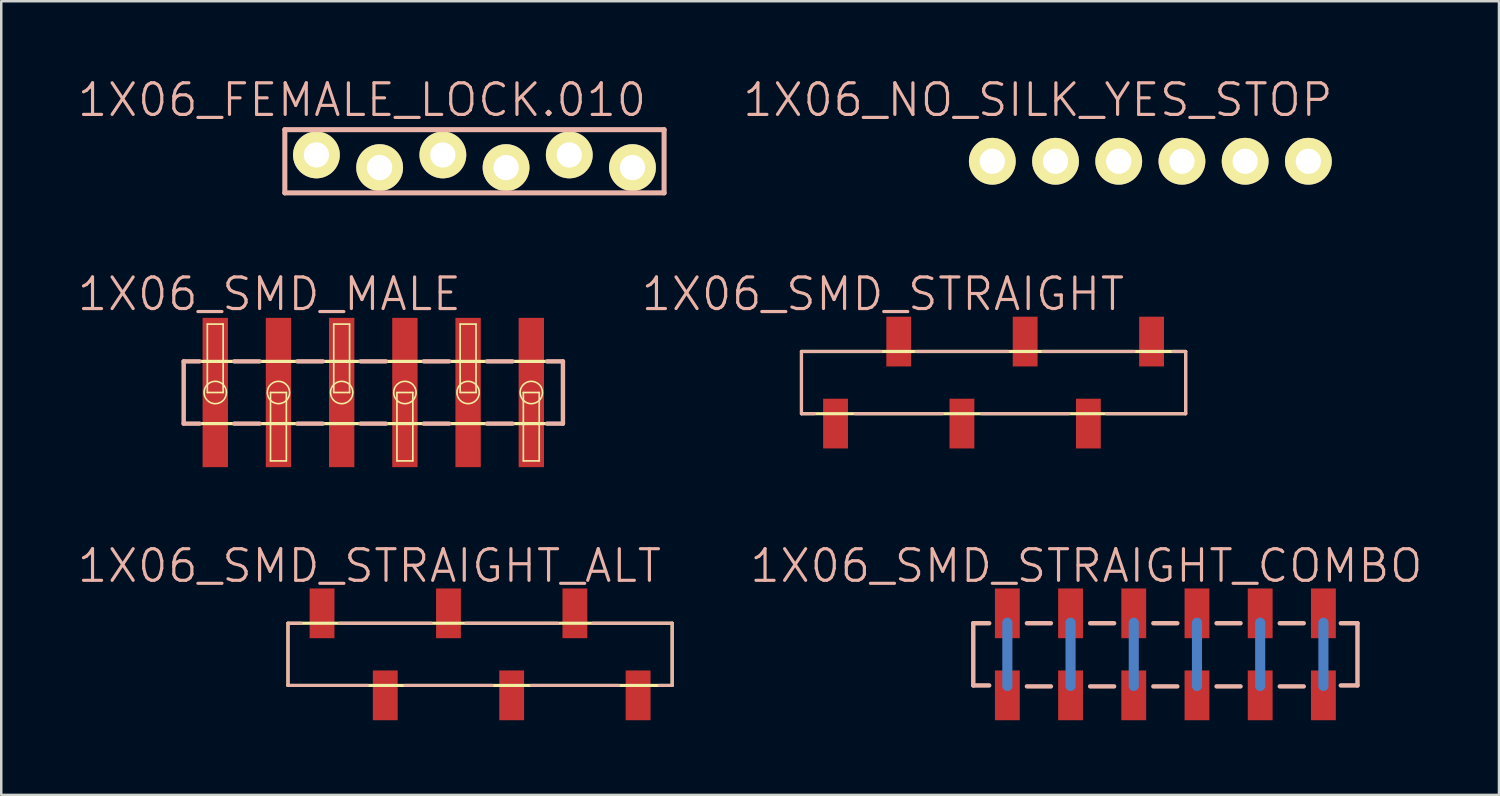
<source format=kicad_pcb>
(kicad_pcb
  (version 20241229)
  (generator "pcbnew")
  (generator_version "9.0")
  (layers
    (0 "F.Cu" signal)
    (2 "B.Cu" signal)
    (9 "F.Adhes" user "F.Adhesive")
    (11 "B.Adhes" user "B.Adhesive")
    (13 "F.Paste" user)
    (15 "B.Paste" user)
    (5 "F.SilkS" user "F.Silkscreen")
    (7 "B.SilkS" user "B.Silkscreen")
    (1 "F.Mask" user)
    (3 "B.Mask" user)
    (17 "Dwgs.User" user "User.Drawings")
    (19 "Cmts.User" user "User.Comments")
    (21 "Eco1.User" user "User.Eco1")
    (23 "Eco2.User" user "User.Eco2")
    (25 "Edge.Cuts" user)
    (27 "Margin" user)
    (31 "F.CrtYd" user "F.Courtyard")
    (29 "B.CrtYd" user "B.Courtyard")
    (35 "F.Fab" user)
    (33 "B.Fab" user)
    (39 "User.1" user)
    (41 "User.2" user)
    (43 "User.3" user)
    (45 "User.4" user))
  (footprint "1X06_SMD_MALE"
    (layer "F.Cu")
    (at 5.6 12.722)
    (property "Reference" "1X06_SMD_MALE" (at 2.174 -3.955 0) (layer "B.SilkS") (effects (font (size 1.27 1.27) (thickness 0.127))))
    (attr smd)
    (fp_line (start -1.27 -1.25) (end -1.27 1.25) (stroke (width 0.127) (type solid)) (layer "F.SilkS"))
    (fp_line (start -1.27 1.25) (end 13.97 1.25) (stroke (width 0.127) (type solid)) (layer "F.SilkS"))
    (fp_line (start -0.318 -2.748) (end 0.318 -2.748) (stroke (width 0.066) (type solid)) (layer "F.SilkS"))
    (fp_line (start -0.318 0) (end -0.318 -2.748) (stroke (width 0.066) (type solid)) (layer "F.SilkS"))
    (fp_line (start -0.318 0) (end 0.318 0) (stroke (width 0.066) (type solid)) (layer "F.SilkS"))
    (fp_line (start 0.318 0) (end 0.318 -2.748) (stroke (width 0.066) (type solid)) (layer "F.SilkS"))
    (fp_line (start 2.22 0) (end 2.857 0) (stroke (width 0.066) (type solid)) (layer "F.SilkS"))
    (fp_line (start 2.22 2.748) (end 2.22 0) (stroke (width 0.066) (type solid)) (layer "F.SilkS"))
    (fp_line (start 2.22 2.748) (end 2.857 2.748) (stroke (width 0.066) (type solid)) (layer "F.SilkS"))
    (fp_line (start 2.857 2.748) (end 2.857 0) (stroke (width 0.066) (type solid)) (layer "F.SilkS"))
    (fp_line (start 4.76 -2.748) (end 5.397 -2.748) (stroke (width 0.066) (type solid)) (layer "F.SilkS"))
    (fp_line (start 4.76 0) (end 4.76 -2.748) (stroke (width 0.066) (type solid)) (layer "F.SilkS"))
    (fp_line (start 4.76 0) (end 5.397 0) (stroke (width 0.066) (type solid)) (layer "F.SilkS"))
    (fp_line (start 5.397 0) (end 5.397 -2.748) (stroke (width 0.066) (type solid)) (layer "F.SilkS"))
    (fp_line (start 7.3 0) (end 7.938 0) (stroke (width 0.066) (type solid)) (layer "F.SilkS"))
    (fp_line (start 7.3 2.748) (end 7.3 0) (stroke (width 0.066) (type solid)) (layer "F.SilkS"))
    (fp_line (start 7.3 2.748) (end 7.938 2.748) (stroke (width 0.066) (type solid)) (layer "F.SilkS"))
    (fp_line (start 7.938 2.748) (end 7.938 0) (stroke (width 0.066) (type solid)) (layer "F.SilkS"))
    (fp_line (start 9.84 -2.748) (end 10.477 -2.748) (stroke (width 0.066) (type solid)) (layer "F.SilkS"))
    (fp_line (start 9.84 0) (end 9.84 -2.748) (stroke (width 0.066) (type solid)) (layer "F.SilkS"))
    (fp_line (start 9.84 0) (end 10.477 0) (stroke (width 0.066) (type solid)) (layer "F.SilkS"))
    (fp_line (start 10.477 0) (end 10.477 -2.748) (stroke (width 0.066) (type solid)) (layer "F.SilkS"))
    (fp_line (start 12.38 0) (end 13.018 0) (stroke (width 0.066) (type solid)) (layer "F.SilkS"))
    (fp_line (start 12.38 2.748) (end 12.38 0) (stroke (width 0.066) (type solid)) (layer "F.SilkS"))
    (fp_line (start 12.38 2.748) (end 13.018 2.748) (stroke (width 0.066) (type solid)) (layer "F.SilkS"))
    (fp_line (start 13.018 2.748) (end 13.018 0) (stroke (width 0.066) (type solid)) (layer "F.SilkS"))
    (fp_line (start 13.97 -1.25) (end -1.27 -1.25) (stroke (width 0.127) (type solid)) (layer "F.SilkS"))
    (fp_line (start 13.97 1.25) (end 13.97 -1.25) (stroke (width 0.127) (type solid)) (layer "F.SilkS"))
    (fp_circle (center 0 0) (end -0.318 0.318) (stroke (width 0.064) (type solid)) (fill no) (layer "F.SilkS"))
    (fp_circle (center 2.54 0) (end 2.857 0.318) (stroke (width 0.064) (type solid)) (fill no) (layer "F.SilkS"))
    (fp_circle (center 5.08 0) (end 5.397 0.318) (stroke (width 0.064) (type solid)) (fill no) (layer "F.SilkS"))
    (fp_circle (center 7.62 0) (end 7.938 0.318) (stroke (width 0.064) (type solid)) (fill no) (layer "F.SilkS"))
    (fp_circle (center 10.16 0) (end 10.477 0.318) (stroke (width 0.064) (type solid)) (fill no) (layer "F.SilkS"))
    (fp_circle (center 12.7 0) (end 13.018 0.318) (stroke (width 0.064) (type solid)) (fill no) (layer "F.SilkS"))
    (fp_line (start -1.27 -1.25) (end -1.27 1.25) (stroke (width 0.178) (type solid)) (layer "B.SilkS"))
    (fp_line (start -1.27 -1.25) (end -0.635 -1.25) (stroke (width 0.178) (type solid)) (layer "B.SilkS"))
    (fp_line (start -1.27 1.25) (end -0.635 1.25) (stroke (width 0.178) (type solid)) (layer "B.SilkS"))
    (fp_line (start 0.762 -1.25) (end 1.778 -1.25) (stroke (width 0.178) (type solid)) (layer "B.SilkS"))
    (fp_line (start 1.778 1.25) (end 0.762 1.25) (stroke (width 0.178) (type solid)) (layer "B.SilkS"))
    (fp_line (start 3.302 -1.25) (end 4.318 -1.25) (stroke (width 0.178) (type solid)) (layer "B.SilkS"))
    (fp_line (start 4.318 1.25) (end 3.302 1.25) (stroke (width 0.178) (type solid)) (layer "B.SilkS"))
    (fp_line (start 5.842 -1.25) (end 6.858 -1.25) (stroke (width 0.178) (type solid)) (layer "B.SilkS"))
    (fp_line (start 6.858 1.25) (end 5.842 1.25) (stroke (width 0.178) (type solid)) (layer "B.SilkS"))
    (fp_line (start 8.382 -1.25) (end 9.398 -1.25) (stroke (width 0.178) (type solid)) (layer "B.SilkS"))
    (fp_line (start 9.398 1.25) (end 8.382 1.25) (stroke (width 0.178) (type solid)) (layer "B.SilkS"))
    (fp_line (start 10.922 -1.25) (end 11.938 -1.25) (stroke (width 0.178) (type solid)) (layer "B.SilkS"))
    (fp_line (start 11.938 1.25) (end 10.922 1.25) (stroke (width 0.178) (type solid)) (layer "B.SilkS"))
    (fp_line (start 13.97 -1.25) (end 13.335 -1.25) (stroke (width 0.178) (type solid)) (layer "B.SilkS"))
    (fp_line (start 13.97 1.25) (end 13.335 1.25) (stroke (width 0.178) (type solid)) (layer "B.SilkS"))
    (fp_line (start 13.97 1.25) (end 13.97 -1.25) (stroke (width 0.178) (type solid)) (layer "B.SilkS"))
    (pad "1" smd rect (at 0 0) (size 1.019 5.999) (layers "F.Cu" "F.Mask" "F.Paste"))
    (pad "2" smd rect (at 2.54 0) (size 1.019 5.999) (layers "F.Cu" "F.Mask" "F.Paste"))
    (pad "3" smd rect (at 5.08 0) (size 1.019 5.999) (layers "F.Cu" "F.Mask" "F.Paste"))
    (pad "4" smd rect (at 7.62 0) (size 1.019 5.999) (layers "F.Cu" "F.Mask" "F.Paste"))
    (pad "5" smd rect (at 10.16 0) (size 1.019 5.999) (layers "F.Cu" "F.Mask" "F.Paste"))
    (pad "6" smd rect (at 12.7 0) (size 1.019 5.999) (layers "F.Cu" "F.Mask" "F.Paste")))
  (footprint "1X06_NO_SILK_YES_STOP"
    (layer "F.Cu")
    (at 36.824 3.43)
    (property "Reference" "1X06_NO_SILK_YES_STOP" (at 1.829 -2.464 0) (layer "B.SilkS") (effects (font (size 1.27 1.27) (thickness 0.127))))
    (attr exclude_from_pos_files exclude_from_bom)
    (fp_line (start -0.254 -0.254) (end 0.254 -0.254) (stroke (width 0.066) (type solid)) (layer "F.SilkS"))
    (fp_line (start -0.254 0.254) (end -0.254 -0.254) (stroke (width 0.066) (type solid)) (layer "F.SilkS"))
    (fp_line (start -0.254 0.254) (end 0.254 0.254) (stroke (width 0.066) (type solid)) (layer "F.SilkS"))
    (fp_line (start 0.254 0.254) (end 0.254 -0.254) (stroke (width 0.066) (type solid)) (layer "F.SilkS"))
    (fp_line (start 2.286 -0.254) (end 2.794 -0.254) (stroke (width 0.066) (type solid)) (layer "F.SilkS"))
    (fp_line (start 2.286 0.254) (end 2.286 -0.254) (stroke (width 0.066) (type solid)) (layer "F.SilkS"))
    (fp_line (start 2.286 0.254) (end 2.794 0.254) (stroke (width 0.066) (type solid)) (layer "F.SilkS"))
    (fp_line (start 2.794 0.254) (end 2.794 -0.254) (stroke (width 0.066) (type solid)) (layer "F.SilkS"))
    (fp_line (start 4.826 -0.254) (end 5.334 -0.254) (stroke (width 0.066) (type solid)) (layer "F.SilkS"))
    (fp_line (start 4.826 0.254) (end 4.826 -0.254) (stroke (width 0.066) (type solid)) (layer "F.SilkS"))
    (fp_line (start 4.826 0.254) (end 5.334 0.254) (stroke (width 0.066) (type solid)) (layer "F.SilkS"))
    (fp_line (start 5.334 0.254) (end 5.334 -0.254) (stroke (width 0.066) (type solid)) (layer "F.SilkS"))
    (fp_line (start 7.366 -0.254) (end 7.874 -0.254) (stroke (width 0.066) (type solid)) (layer "F.SilkS"))
    (fp_line (start 7.366 0.254) (end 7.366 -0.254) (stroke (width 0.066) (type solid)) (layer "F.SilkS"))
    (fp_line (start 7.366 0.254) (end 7.874 0.254) (stroke (width 0.066) (type solid)) (layer "F.SilkS"))
    (fp_line (start 7.874 0.254) (end 7.874 -0.254) (stroke (width 0.066) (type solid)) (layer "F.SilkS"))
    (fp_line (start 9.906 -0.254) (end 10.414 -0.254) (stroke (width 0.066) (type solid)) (layer "F.SilkS"))
    (fp_line (start 9.906 0.254) (end 9.906 -0.254) (stroke (width 0.066) (type solid)) (layer "F.SilkS"))
    (fp_line (start 9.906 0.254) (end 10.414 0.254) (stroke (width 0.066) (type solid)) (layer "F.SilkS"))
    (fp_line (start 10.414 0.254) (end 10.414 -0.254) (stroke (width 0.066) (type solid)) (layer "F.SilkS"))
    (fp_line (start 12.446 -0.254) (end 12.954 -0.254) (stroke (width 0.066) (type solid)) (layer "F.SilkS"))
    (fp_line (start 12.446 0.254) (end 12.446 -0.254) (stroke (width 0.066) (type solid)) (layer "F.SilkS"))
    (fp_line (start 12.446 0.254) (end 12.954 0.254) (stroke (width 0.066) (type solid)) (layer "F.SilkS"))
    (fp_line (start 12.954 0.254) (end 12.954 -0.254) (stroke (width 0.066) (type solid)) (layer "F.SilkS"))
    (pad "1" thru_hole circle (at 0 0) (size 1.88 1.88) (drill 1.016) (layers "*.Cu" "F.Mask" "F.SilkS" "F.Paste"))
    (pad "2" thru_hole circle (at 2.54 0) (size 1.88 1.88) (drill 1.016) (layers "*.Cu" "F.Mask" "F.SilkS" "F.Paste"))
    (pad "3" thru_hole circle (at 5.08 0) (size 1.88 1.88) (drill 1.016) (layers "*.Cu" "F.Mask" "F.SilkS" "F.Paste"))
    (pad "4" thru_hole circle (at 7.62 0) (size 1.88 1.88) (drill 1.016) (layers "*.Cu" "F.Mask" "F.SilkS" "F.Paste"))
    (pad "5" thru_hole circle (at 10.16 0) (size 1.88 1.88) (drill 1.016) (layers "*.Cu" "F.Mask" "F.SilkS" "F.Paste"))
    (pad "6" thru_hole circle (at 12.7 0) (size 1.88 1.88) (drill 1.016) (layers "*.Cu" "F.Mask" "F.SilkS" "F.Paste")))
  (footprint "1X06_SMD_STRAIGHT_COMBO"
    (layer "F.Cu")
    (at 37.428 23.243)
    (property "Reference" "1X06_SMD_STRAIGHT_COMBO" (at 3.175 -3.556 0) (layer "B.SilkS") (effects (font (size 1.27 1.27) (thickness 0.127))))
    (attr smd)
    (fp_line (start 0 -1.27) (end 0 1.27) (stroke (width 0.406) (type solid)) (layer "B.Cu"))
    (fp_line (start 2.54 -1.27) (end 2.54 1.27) (stroke (width 0.406) (type solid)) (layer "B.Cu"))
    (fp_line (start 5.08 -1.27) (end 5.08 1.27) (stroke (width 0.406) (type solid)) (layer "B.Cu"))
    (fp_line (start 7.62 -1.27) (end 7.62 1.27) (stroke (width 0.406) (type solid)) (layer "B.Cu"))
    (fp_line (start 10.16 -1.27) (end 10.16 1.27) (stroke (width 0.406) (type solid)) (layer "B.Cu"))
    (fp_line (start 12.7 -1.27) (end 12.7 1.27) (stroke (width 0.406) (type solid)) (layer "B.Cu"))
    (fp_line (start -1.369 -1.25) (end -0.729 -1.25) (stroke (width 0.178) (type solid)) (layer "B.SilkS"))
    (fp_line (start -1.369 1.25) (end -1.369 -1.25) (stroke (width 0.178) (type solid)) (layer "B.SilkS"))
    (fp_line (start -0.729 1.25) (end -1.369 1.25) (stroke (width 0.178) (type solid)) (layer "B.SilkS"))
    (fp_line (start 0.787 -1.25) (end 1.75 -1.25) (stroke (width 0.178) (type solid)) (layer "B.SilkS"))
    (fp_line (start 0.787 1.288) (end 1.75 1.288) (stroke (width 0.178) (type solid)) (layer "B.SilkS"))
    (fp_line (start 3.327 -1.25) (end 4.29 -1.25) (stroke (width 0.178) (type solid)) (layer "B.SilkS"))
    (fp_line (start 3.327 1.288) (end 4.29 1.288) (stroke (width 0.178) (type solid)) (layer "B.SilkS"))
    (fp_line (start 5.867 -1.25) (end 6.83 -1.25) (stroke (width 0.178) (type solid)) (layer "B.SilkS"))
    (fp_line (start 5.867 1.288) (end 6.83 1.288) (stroke (width 0.178) (type solid)) (layer "B.SilkS"))
    (fp_line (start 8.407 -1.25) (end 9.37 -1.25) (stroke (width 0.178) (type solid)) (layer "B.SilkS"))
    (fp_line (start 8.407 1.288) (end 9.37 1.288) (stroke (width 0.178) (type solid)) (layer "B.SilkS"))
    (fp_line (start 10.947 -1.25) (end 11.91 -1.25) (stroke (width 0.178) (type solid)) (layer "B.SilkS"))
    (fp_line (start 10.947 1.288) (end 11.91 1.288) (stroke (width 0.178) (type solid)) (layer "B.SilkS"))
    (fp_line (start 13.399 -1.25) (end 14.069 -1.25) (stroke (width 0.178) (type solid)) (layer "B.SilkS"))
    (fp_line (start 14.069 -1.25) (end 14.069 1.25) (stroke (width 0.178) (type solid)) (layer "B.SilkS"))
    (fp_line (start 14.069 1.25) (end 13.399 1.25) (stroke (width 0.178) (type solid)) (layer "B.SilkS"))
    (pad "1" smd rect (at 0 1.648 270) (size 1.999 0.998) (layers "F.Cu" "F.Mask" "F.Paste"))
    (pad "1-2" smd rect (at 0 -1.648 90) (size 1.999 0.998) (layers "F.Cu" "F.Mask" "F.Paste"))
    (pad "2" smd rect (at 2.54 -1.648 270) (size 1.999 0.998) (layers "F.Cu" "F.Mask" "F.Paste"))
    (pad "2-2" smd rect (at 2.54 1.648 90) (size 1.999 0.998) (layers "F.Cu" "F.Mask" "F.Paste"))
    (pad "3" smd rect (at 5.08 1.648 270) (size 1.999 0.998) (layers "F.Cu" "F.Mask" "F.Paste"))
    (pad "3-2" smd rect (at 5.08 -1.648 90) (size 1.999 0.998) (layers "F.Cu" "F.Mask" "F.Paste"))
    (pad "4" smd rect (at 7.62 -1.648 270) (size 1.999 0.998) (layers "F.Cu" "F.Mask" "F.Paste"))
    (pad "4-2" smd rect (at 7.62 1.648 90) (size 1.999 0.998) (layers "F.Cu" "F.Mask" "F.Paste"))
    (pad "5" smd rect (at 10.16 1.648 270) (size 1.999 0.998) (layers "F.Cu" "F.Mask" "F.Paste"))
    (pad "5-2" smd rect (at 10.16 -1.648 90) (size 1.999 0.998) (layers "F.Cu" "F.Mask" "F.Paste"))
    (pad "6" smd rect (at 12.7 -1.648 270) (size 1.999 0.998) (layers "F.Cu" "F.Mask" "F.Paste"))
    (pad "6-2" smd rect (at 12.7 1.648 90) (size 1.999 0.998) (layers "F.Cu" "F.Mask" "F.Paste")))
  (footprint "1X06_SMD_STRAIGHT"
    (layer "F.Cu")
    (at 43.224 12.323)
    (property "Reference" "1X06_SMD_STRAIGHT" (at -10.795 -3.556 0) (layer "B.SilkS") (effects (font (size 1.27 1.27) (thickness 0.127))))
    (attr smd)
    (fp_line (start -14.069 -1.25) (end -14.069 1.25) (stroke (width 0.127) (type solid)) (layer "F.SilkS"))
    (fp_line (start -14.069 1.25) (end 1.369 1.25) (stroke (width 0.127) (type solid)) (layer "F.SilkS"))
    (fp_line (start 1.369 -1.25) (end -14.069 -1.25) (stroke (width 0.127) (type solid)) (layer "F.SilkS"))
    (fp_line (start 1.369 1.25) (end 1.369 -1.25) (stroke (width 0.127) (type solid)) (layer "F.SilkS"))
    (fp_line (start -14.069 -1.25) (end -10.881 -1.25) (stroke (width 0.127) (type solid)) (layer "B.SilkS"))
    (fp_line (start -14.069 1.25) (end -14.069 -1.25) (stroke (width 0.127) (type solid)) (layer "B.SilkS"))
    (fp_line (start -13.548 1.25) (end -14.069 1.25) (stroke (width 0.127) (type solid)) (layer "B.SilkS"))
    (fp_line (start -9.456 -1.25) (end -5.781 -1.25) (stroke (width 0.127) (type solid)) (layer "B.SilkS"))
    (fp_line (start -8.407 1.25) (end -11.91 1.25) (stroke (width 0.127) (type solid)) (layer "B.SilkS"))
    (fp_line (start -4.376 -1.25) (end -0.701 -1.25) (stroke (width 0.127) (type solid)) (layer "B.SilkS"))
    (fp_line (start -3.327 1.25) (end -6.83 1.25) (stroke (width 0.127) (type solid)) (layer "B.SilkS"))
    (fp_line (start 0.848 -1.25) (end 1.369 -1.25) (stroke (width 0.127) (type solid)) (layer "B.SilkS"))
    (fp_line (start 1.369 -1.25) (end 1.369 1.25) (stroke (width 0.127) (type solid)) (layer "B.SilkS"))
    (fp_line (start 1.369 1.25) (end -1.816 1.25) (stroke (width 0.127) (type solid)) (layer "B.SilkS"))
    (pad "1" smd rect (at 0 -1.648 90) (size 1.999 0.998) (layers "F.Cu" "F.Mask" "F.Paste"))
    (pad "2" smd rect (at -2.54 1.648 90) (size 1.999 0.998) (layers "F.Cu" "F.Mask" "F.Paste"))
    (pad "3" smd rect (at -5.08 -1.648 90) (size 1.999 0.998) (layers "F.Cu" "F.Mask" "F.Paste"))
    (pad "4" smd rect (at -7.62 1.648 90) (size 1.999 0.998) (layers "F.Cu" "F.Mask" "F.Paste"))
    (pad "5" smd rect (at -10.16 -1.648 90) (size 1.999 0.998) (layers "F.Cu" "F.Mask" "F.Paste"))
    (pad "6" smd rect (at -12.7 1.648 90) (size 1.999 0.998) (layers "F.Cu" "F.Mask" "F.Paste")))
  (footprint "1X06_FEMALE_LOCK.010"
    (layer "F.Cu")
    (at 9.665 3.43)
    (property "Reference" "1X06_FEMALE_LOCK.010" (at 1.829 -2.464 0) (layer "B.SilkS") (effects (font (size 1.27 1.27) (thickness 0.127))))
    (attr exclude_from_pos_files exclude_from_bom)
    (fp_line (start -0.318 -0.191) (end 0.318 -0.191) (stroke (width 0.066) (type solid)) (layer "F.SilkS"))
    (fp_line (start -0.318 0.191) (end -0.318 -0.191) (stroke (width 0.066) (type solid)) (layer "F.SilkS"))
    (fp_line (start -0.318 0.191) (end 0.318 0.191) (stroke (width 0.066) (type solid)) (layer "F.SilkS"))
    (fp_line (start 0.318 0.191) (end 0.318 -0.191) (stroke (width 0.066) (type solid)) (layer "F.SilkS"))
    (fp_line (start 2.223 -0.191) (end 2.857 -0.191) (stroke (width 0.066) (type solid)) (layer "F.SilkS"))
    (fp_line (start 2.223 0.191) (end 2.223 -0.191) (stroke (width 0.066) (type solid)) (layer "F.SilkS"))
    (fp_line (start 2.223 0.191) (end 2.857 0.191) (stroke (width 0.066) (type solid)) (layer "F.SilkS"))
    (fp_line (start 2.857 0.191) (end 2.857 -0.191) (stroke (width 0.066) (type solid)) (layer "F.SilkS"))
    (fp_line (start 4.763 -0.191) (end 5.397 -0.191) (stroke (width 0.066) (type solid)) (layer "F.SilkS"))
    (fp_line (start 4.763 0.191) (end 4.763 -0.191) (stroke (width 0.066) (type solid)) (layer "F.SilkS"))
    (fp_line (start 4.763 0.191) (end 5.397 0.191) (stroke (width 0.066) (type solid)) (layer "F.SilkS"))
    (fp_line (start 5.397 0.191) (end 5.397 -0.191) (stroke (width 0.066) (type solid)) (layer "F.SilkS"))
    (fp_line (start 7.303 -0.191) (end 7.938 -0.191) (stroke (width 0.066) (type solid)) (layer "F.SilkS"))
    (fp_line (start 7.303 0.191) (end 7.303 -0.191) (stroke (width 0.066) (type solid)) (layer "F.SilkS"))
    (fp_line (start 7.303 0.191) (end 7.938 0.191) (stroke (width 0.066) (type solid)) (layer "F.SilkS"))
    (fp_line (start 7.938 0.191) (end 7.938 -0.191) (stroke (width 0.066) (type solid)) (layer "F.SilkS"))
    (fp_line (start 9.842 -0.191) (end 10.477 -0.191) (stroke (width 0.066) (type solid)) (layer "F.SilkS"))
    (fp_line (start 9.842 0.191) (end 9.842 -0.191) (stroke (width 0.066) (type solid)) (layer "F.SilkS"))
    (fp_line (start 9.842 0.191) (end 10.477 0.191) (stroke (width 0.066) (type solid)) (layer "F.SilkS"))
    (fp_line (start 10.477 0.191) (end 10.477 -0.191) (stroke (width 0.066) (type solid)) (layer "F.SilkS"))
    (fp_line (start 12.383 -0.191) (end 13.018 -0.191) (stroke (width 0.066) (type solid)) (layer "F.SilkS"))
    (fp_line (start 12.383 0.191) (end 12.383 -0.191) (stroke (width 0.066) (type solid)) (layer "F.SilkS"))
    (fp_line (start 12.383 0.191) (end 13.018 0.191) (stroke (width 0.066) (type solid)) (layer "F.SilkS"))
    (fp_line (start 13.018 0.191) (end 13.018 -0.191) (stroke (width 0.066) (type solid)) (layer "F.SilkS"))
    (fp_line (start -1.27 -1.27) (end -1.27 1.27) (stroke (width 0.203) (type solid)) (layer "B.SilkS"))
    (fp_line (start -1.27 -1.27) (end 13.97 -1.27) (stroke (width 0.203) (type solid)) (layer "B.SilkS"))
    (fp_line (start 13.97 -1.27) (end 13.97 1.27) (stroke (width 0.203) (type solid)) (layer "B.SilkS"))
    (fp_line (start 13.97 1.27) (end -1.27 1.27) (stroke (width 0.203) (type solid)) (layer "B.SilkS"))
    (pad "1" thru_hole circle (at 0 -0.254) (size 1.88 1.88) (drill 1.016) (layers "*.Cu" "F.Mask" "F.SilkS" "F.Paste"))
    (pad "2" thru_hole circle (at 2.54 0.254) (size 1.88 1.88) (drill 1.016) (layers "*.Cu" "F.Mask" "F.SilkS" "F.Paste"))
    (pad "3" thru_hole circle (at 5.08 -0.254) (size 1.88 1.88) (drill 1.016) (layers "*.Cu" "F.Mask" "F.SilkS" "F.Paste"))
    (pad "4" thru_hole circle (at 7.62 0.254) (size 1.88 1.88) (drill 1.016) (layers "*.Cu" "F.Mask" "F.SilkS" "F.Paste"))
    (pad "5" thru_hole circle (at 10.16 -0.254) (size 1.88 1.88) (drill 1.016) (layers "*.Cu" "F.Mask" "F.SilkS" "F.Paste"))
    (pad "6" thru_hole circle (at 12.7 0.254) (size 1.88 1.88) (drill 1.016) (layers "*.Cu" "F.Mask" "F.SilkS" "F.Paste")))
  (footprint "1X06_SMD_STRAIGHT_ALT"
    (layer "F.Cu")
    (at 22.591 23.243)
    (property "Reference" "1X06_SMD_STRAIGHT_ALT" (at -10.795 -3.556 0) (layer "B.SilkS") (effects (font (size 1.27 1.27) (thickness 0.127))))
    (attr smd)
    (fp_line (start -14.069 -1.25) (end -14.069 1.25) (stroke (width 0.127) (type solid)) (layer "F.SilkS"))
    (fp_line (start -14.069 1.25) (end 1.369 1.25) (stroke (width 0.127) (type solid)) (layer "F.SilkS"))
    (fp_line (start 1.369 -1.25) (end -14.069 -1.25) (stroke (width 0.127) (type solid)) (layer "F.SilkS"))
    (fp_line (start 1.369 1.25) (end 1.369 -1.25) (stroke (width 0.127) (type solid)) (layer "F.SilkS"))
    (fp_line (start -14.069 -1.25) (end -14.069 1.25) (stroke (width 0.127) (type solid)) (layer "B.SilkS"))
    (fp_line (start -14.069 1.25) (end -10.881 1.25) (stroke (width 0.127) (type solid)) (layer "B.SilkS"))
    (fp_line (start -13.548 -1.25) (end -14.069 -1.25) (stroke (width 0.127) (type solid)) (layer "B.SilkS"))
    (fp_line (start -9.37 1.25) (end -5.867 1.25) (stroke (width 0.127) (type solid)) (layer "B.SilkS"))
    (fp_line (start -8.321 -1.25) (end -11.996 -1.25) (stroke (width 0.127) (type solid)) (layer "B.SilkS"))
    (fp_line (start -4.29 1.25) (end -0.787 1.25) (stroke (width 0.127) (type solid)) (layer "B.SilkS"))
    (fp_line (start -3.241 -1.25) (end -6.916 -1.25) (stroke (width 0.127) (type solid)) (layer "B.SilkS"))
    (fp_line (start 0.848 1.25) (end 1.369 1.25) (stroke (width 0.127) (type solid)) (layer "B.SilkS"))
    (fp_line (start 1.369 -1.25) (end -1.816 -1.25) (stroke (width 0.127) (type solid)) (layer "B.SilkS"))
    (fp_line (start 1.369 1.25) (end 1.369 -1.25) (stroke (width 0.127) (type solid)) (layer "B.SilkS"))
    (pad "1" smd rect (at 0 1.648 270) (size 1.999 0.998) (layers "F.Cu" "F.Mask" "F.Paste"))
    (pad "2" smd rect (at -2.54 -1.648 270) (size 1.999 0.998) (layers "F.Cu" "F.Mask" "F.Paste"))
    (pad "3" smd rect (at -5.08 1.648 270) (size 1.999 0.998) (layers "F.Cu" "F.Mask" "F.Paste"))
    (pad "4" smd rect (at -7.62 -1.648 270) (size 1.999 0.998) (layers "F.Cu" "F.Mask" "F.Paste"))
    (pad "5" smd rect (at -10.16 1.648 270) (size 1.999 0.998) (layers "F.Cu" "F.Mask" "F.Paste"))
    (pad "6" smd rect (at -12.7 -1.648 270) (size 1.999 0.998) (layers "F.Cu" "F.Mask" "F.Paste")))
  (gr_rect
    (start -3 -3)
    (end 57.183 28.891)
    (stroke (width 0.1) (type default))
    (fill no)
    (layer "Edge.Cuts")))
</source>
